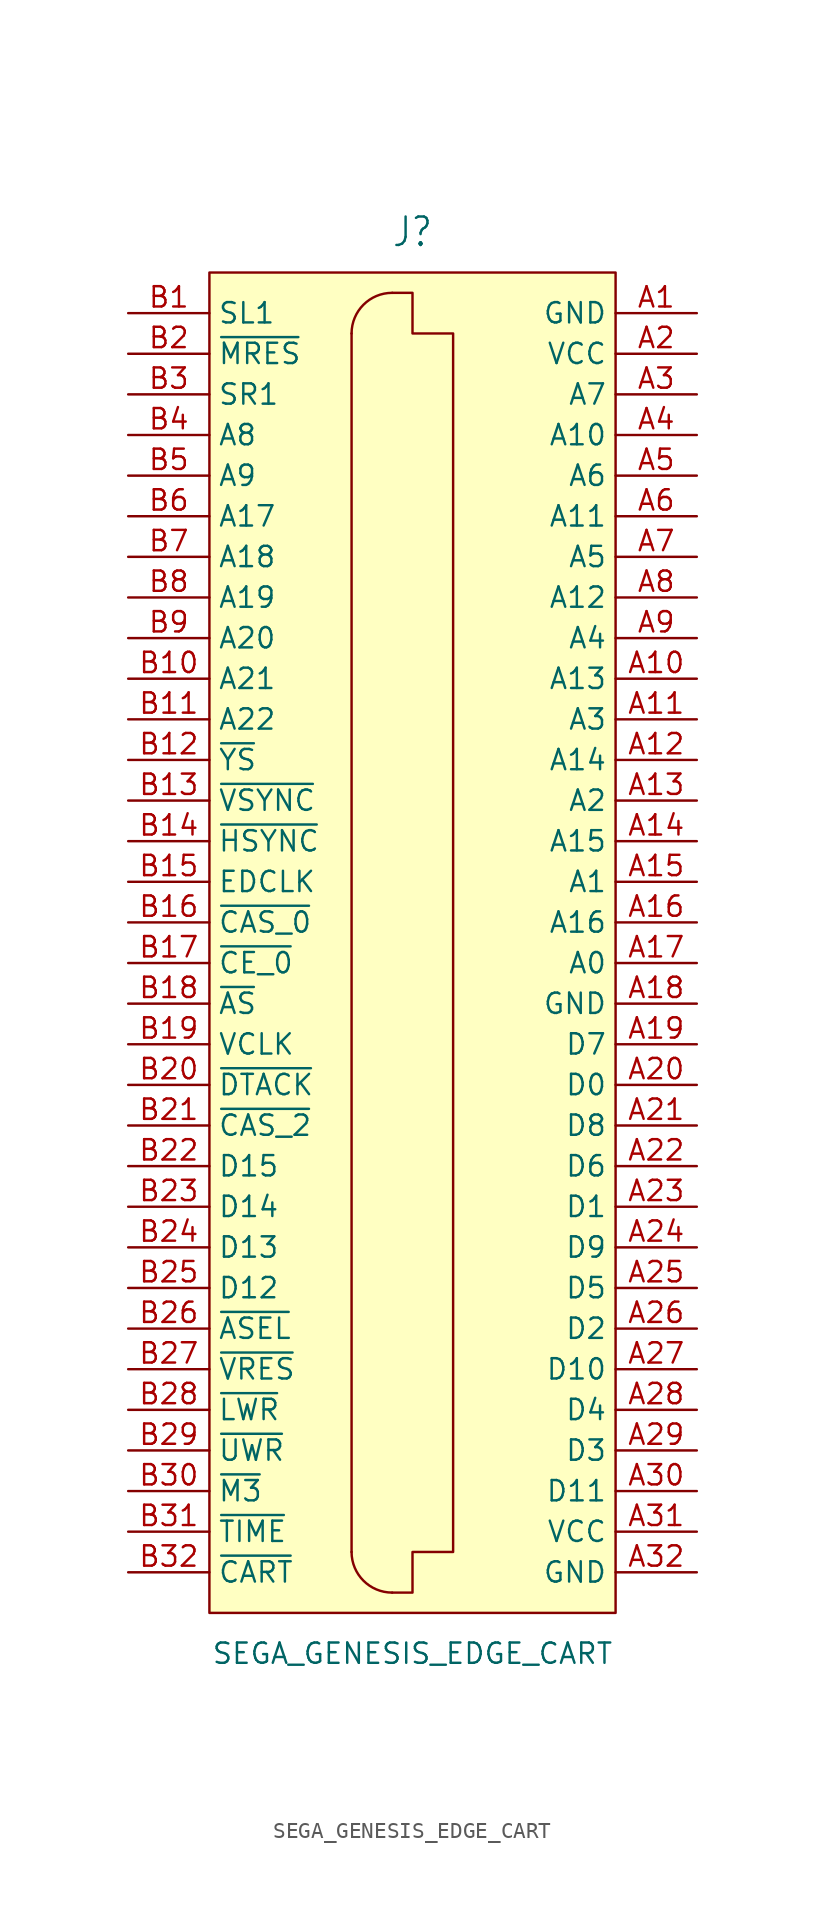
<source format=kicad_sym>
(kicad_symbol_lib
  (version 20241209)
  (generator "kicad_symbol_editor")
  (generator_version "9.0")
  (symbol "SEGA_GENESIS_EDGE_CART"
    (property "Reference" "J"
      (at 0 45.72 0)
      (effects (font (size 1.778 1.511))))
    (property "Value" "SEGA_GENESIS_EDGE_CART"
      (at 0 -43.18 0)
      (effects (font (size 1.27 1.27))))
    (symbol "SEGA_GENESIS_EDGE_CART_0_1"
      (polyline (pts (xy -3.81 39.37) (xy -3.81 -36.83)) (stroke (width 0) (type default)) (fill (type none)))
      (arc (start -3.81 39.37) (mid -3.0661 41.1661) (end -1.27 41.91) (stroke (width 0) (type default)) (fill (type none)))
      (arc (start -1.27 -39.37) (mid -3.0661 -38.6261) (end -3.81 -36.83) (stroke (width 0) (type default)) (fill (type none)))
      (polyline (pts (xy -1.27 -39.37) (xy 0 -39.37) (xy 0 -36.83) (xy 2.54 -36.83) (xy 2.54 39.37) (xy 0 39.37) (xy 0 41.91) (xy -1.27 41.91)) (stroke (width 0) (type default)) (fill (type none))))
    (symbol "SEGA_GENESIS_EDGE_CART_1_0"
      (pin input line (at -17.78 40.64 0) (length 5.08) (name "SL1" (effects (font (size 1.27 1.27)))) (number "B1" (effects (font (size 1.27 1.27)))))
      (pin output line (at -17.78 38.1 0) (length 5.08) (name "~{MRES}" (effects (font (size 1.27 1.27)))) (number "B2" (effects (font (size 1.27 1.27)))))
      (pin input line (at -17.78 35.56 0) (length 5.08) (name "SR1" (effects (font (size 1.27 1.27)))) (number "B3" (effects (font (size 1.27 1.27)))))
      (pin output line (at -17.78 33.02 0) (length 5.08) (name "A8" (effects (font (size 1.27 1.27)))) (number "B4" (effects (font (size 1.27 1.27)))))
      (pin output line (at -17.78 30.48 0) (length 5.08) (name "A9" (effects (font (size 1.27 1.27)))) (number "B5" (effects (font (size 1.27 1.27)))))
      (pin output line (at -17.78 27.94 0) (length 5.08) (name "A17" (effects (font (size 1.27 1.27)))) (number "B6" (effects (font (size 1.27 1.27)))))
      (pin output line (at -17.78 25.4 0) (length 5.08) (name "A18" (effects (font (size 1.27 1.27)))) (number "B7" (effects (font (size 1.27 1.27)))))
      (pin output line (at -17.78 22.86 0) (length 5.08) (name "A19" (effects (font (size 1.27 1.27)))) (number "B8" (effects (font (size 1.27 1.27)))))
      (pin output line (at -17.78 20.32 0) (length 5.08) (name "A20" (effects (font (size 1.27 1.27)))) (number "B9" (effects (font (size 1.27 1.27)))))
      (pin output line (at -17.78 17.78 0) (length 5.08) (name "A21" (effects (font (size 1.27 1.27)))) (number "B10" (effects (font (size 1.27 1.27)))))
      (pin output line (at -17.78 15.24 0) (length 5.08) (name "A22" (effects (font (size 1.27 1.27)))) (number "B11" (effects (font (size 1.27 1.27)))))
      (pin output line (at -17.78 12.7 0) (length 5.08) (name "~{YS}" (effects (font (size 1.27 1.27)))) (number "B12" (effects (font (size 1.27 1.27)))))
      (pin output line (at -17.78 10.16 0) (length 5.08) (name "~{VSYNC}" (effects (font (size 1.27 1.27)))) (number "B13" (effects (font (size 1.27 1.27)))))
      (pin output line (at -17.78 7.62 0) (length 5.08) (name "~{HSYNC}" (effects (font (size 1.27 1.27)))) (number "B14" (effects (font (size 1.27 1.27)))))
      (pin output line (at -17.78 5.08 0) (length 5.08) (name "EDCLK" (effects (font (size 1.27 1.27)))) (number "B15" (effects (font (size 1.27 1.27)))))
      (pin output line (at -17.78 2.54 0) (length 5.08) (name "~{CAS_0}" (effects (font (size 1.27 1.27)))) (number "B16" (effects (font (size 1.27 1.27)))))
      (pin output line (at -17.78 0 0) (length 5.08) (name "~{CE_0}" (effects (font (size 1.27 1.27)))) (number "B17" (effects (font (size 1.27 1.27)))))
      (pin output line (at -17.78 -2.54 0) (length 5.08) (name "~{AS}" (effects (font (size 1.27 1.27)))) (number "B18" (effects (font (size 1.27 1.27)))))
      (pin output line (at -17.78 -5.08 0) (length 5.08) (name "VCLK" (effects (font (size 1.27 1.27)))) (number "B19" (effects (font (size 1.27 1.27)))))
      (pin input line (at -17.78 -7.62 0) (length 5.08) (name "~{DTACK}" (effects (font (size 1.27 1.27)))) (number "B20" (effects (font (size 1.27 1.27)))))
      (pin output line (at -17.78 -10.16 0) (length 5.08) (name "~{CAS_2}" (effects (font (size 1.27 1.27)))) (number "B21" (effects (font (size 1.27 1.27)))))
      (pin bidirectional line (at -17.78 -12.7 0) (length 5.08) (name "D15" (effects (font (size 1.27 1.27)))) (number "B22" (effects (font (size 1.27 1.27)))))
      (pin bidirectional line (at -17.78 -15.24 0) (length 5.08) (name "D14" (effects (font (size 1.27 1.27)))) (number "B23" (effects (font (size 1.27 1.27)))))
      (pin bidirectional line (at -17.78 -17.78 0) (length 5.08) (name "D13" (effects (font (size 1.27 1.27)))) (number "B24" (effects (font (size 1.27 1.27)))))
      (pin bidirectional line (at -17.78 -20.32 0) (length 5.08) (name "D12" (effects (font (size 1.27 1.27)))) (number "B25" (effects (font (size 1.27 1.27)))))
      (pin output line (at -17.78 -22.86 0) (length 5.08) (name "~{ASEL}" (effects (font (size 1.27 1.27)))) (number "B26" (effects (font (size 1.27 1.27)))))
      (pin output line (at -17.78 -25.4 0) (length 5.08) (name "~{VRES}" (effects (font (size 1.27 1.27)))) (number "B27" (effects (font (size 1.27 1.27)))))
      (pin output line (at -17.78 -27.94 0) (length 5.08) (name "~{LWR}" (effects (font (size 1.27 1.27)))) (number "B28" (effects (font (size 1.27 1.27)))))
      (pin output line (at -17.78 -30.48 0) (length 5.08) (name "~{UWR}" (effects (font (size 1.27 1.27)))) (number "B29" (effects (font (size 1.27 1.27)))))
      (pin output line (at -17.78 -33.02 0) (length 5.08) (name "~{M3}" (effects (font (size 1.27 1.27)))) (number "B30" (effects (font (size 1.27 1.27)))))
      (pin output line (at -17.78 -35.56 0) (length 5.08) (name "~{TIME}" (effects (font (size 1.27 1.27)))) (number "B31" (effects (font (size 1.27 1.27)))))
      (pin input line (at -17.78 -38.1 0) (length 5.08) (name "~{CART}" (effects (font (size 1.27 1.27)))) (number "B32" (effects (font (size 1.27 1.27)))))
      (pin power_out line (at 17.78 40.64 180) (length 5.08) (name "GND" (effects (font (size 1.27 1.27)))) (number "A1" (effects (font (size 1.27 1.27)))))
      (pin power_out line (at 17.78 38.1 180) (length 5.08) (name "VCC" (effects (font (size 1.27 1.27)))) (number "A2" (effects (font (size 1.27 1.27)))))
      (pin output line (at 17.78 35.56 180) (length 5.08) (name "A7" (effects (font (size 1.27 1.27)))) (number "A3" (effects (font (size 1.27 1.27)))))
      (pin output line (at 17.78 33.02 180) (length 5.08) (name "A10" (effects (font (size 1.27 1.27)))) (number "A4" (effects (font (size 1.27 1.27)))))
      (pin output line (at 17.78 30.48 180) (length 5.08) (name "A6" (effects (font (size 1.27 1.27)))) (number "A5" (effects (font (size 1.27 1.27)))))
      (pin output line (at 17.78 27.94 180) (length 5.08) (name "A11" (effects (font (size 1.27 1.27)))) (number "A6" (effects (font (size 1.27 1.27)))))
      (pin output line (at 17.78 25.4 180) (length 5.08) (name "A5" (effects (font (size 1.27 1.27)))) (number "A7" (effects (font (size 1.27 1.27)))))
      (pin output line (at 17.78 22.86 180) (length 5.08) (name "A12" (effects (font (size 1.27 1.27)))) (number "A8" (effects (font (size 1.27 1.27)))))
      (pin output line (at 17.78 20.32 180) (length 5.08) (name "A4" (effects (font (size 1.27 1.27)))) (number "A9" (effects (font (size 1.27 1.27)))))
      (pin output line (at 17.78 17.78 180) (length 5.08) (name "A13" (effects (font (size 1.27 1.27)))) (number "A10" (effects (font (size 1.27 1.27)))))
      (pin output line (at 17.78 15.24 180) (length 5.08) (name "A3" (effects (font (size 1.27 1.27)))) (number "A11" (effects (font (size 1.27 1.27)))))
      (pin output line (at 17.78 12.7 180) (length 5.08) (name "A14" (effects (font (size 1.27 1.27)))) (number "A12" (effects (font (size 1.27 1.27)))))
      (pin output line (at 17.78 10.16 180) (length 5.08) (name "A2" (effects (font (size 1.27 1.27)))) (number "A13" (effects (font (size 1.27 1.27)))))
      (pin output line (at 17.78 7.62 180) (length 5.08) (name "A15" (effects (font (size 1.27 1.27)))) (number "A14" (effects (font (size 1.27 1.27)))))
      (pin output line (at 17.78 5.08 180) (length 5.08) (name "A1" (effects (font (size 1.27 1.27)))) (number "A15" (effects (font (size 1.27 1.27)))))
      (pin output line (at 17.78 2.54 180) (length 5.08) (name "A16" (effects (font (size 1.27 1.27)))) (number "A16" (effects (font (size 1.27 1.27)))))
      (pin output line (at 17.78 0 180) (length 5.08) (name "A0" (effects (font (size 1.27 1.27)))) (number "A17" (effects (font (size 1.27 1.27)))))
      (pin passive line (at 17.78 -2.54 180) (length 5.08) (name "GND" (effects (font (size 1.27 1.27)))) (number "A18" (effects (font (size 1.27 1.27)))))
      (pin bidirectional line (at 17.78 -5.08 180) (length 5.08) (name "D7" (effects (font (size 1.27 1.27)))) (number "A19" (effects (font (size 1.27 1.27)))))
      (pin bidirectional line (at 17.78 -7.62 180) (length 5.08) (name "D0" (effects (font (size 1.27 1.27)))) (number "A20" (effects (font (size 1.27 1.27)))))
      (pin bidirectional line (at 17.78 -10.16 180) (length 5.08) (name "D8" (effects (font (size 1.27 1.27)))) (number "A21" (effects (font (size 1.27 1.27)))))
      (pin bidirectional line (at 17.78 -12.7 180) (length 5.08) (name "D6" (effects (font (size 1.27 1.27)))) (number "A22" (effects (font (size 1.27 1.27)))))
      (pin bidirectional line (at 17.78 -15.24 180) (length 5.08) (name "D1" (effects (font (size 1.27 1.27)))) (number "A23" (effects (font (size 1.27 1.27)))))
      (pin bidirectional line (at 17.78 -17.78 180) (length 5.08) (name "D9" (effects (font (size 1.27 1.27)))) (number "A24" (effects (font (size 1.27 1.27)))))
      (pin bidirectional line (at 17.78 -20.32 180) (length 5.08) (name "D5" (effects (font (size 1.27 1.27)))) (number "A25" (effects (font (size 1.27 1.27)))))
      (pin bidirectional line (at 17.78 -22.86 180) (length 5.08) (name "D2" (effects (font (size 1.27 1.27)))) (number "A26" (effects (font (size 1.27 1.27)))))
      (pin bidirectional line (at 17.78 -25.4 180) (length 5.08) (name "D10" (effects (font (size 1.27 1.27)))) (number "A27" (effects (font (size 1.27 1.27)))))
      (pin bidirectional line (at 17.78 -27.94 180) (length 5.08) (name "D4" (effects (font (size 1.27 1.27)))) (number "A28" (effects (font (size 1.27 1.27)))))
      (pin bidirectional line (at 17.78 -30.48 180) (length 5.08) (name "D3" (effects (font (size 1.27 1.27)))) (number "A29" (effects (font (size 1.27 1.27)))))
      (pin bidirectional line (at 17.78 -33.02 180) (length 5.08) (name "D11" (effects (font (size 1.27 1.27)))) (number "A30" (effects (font (size 1.27 1.27)))))
      (pin passive line (at 17.78 -35.56 180) (length 5.08) (name "VCC" (effects (font (size 1.27 1.27)))) (number "A31" (effects (font (size 1.27 1.27)))))
      (pin passive line (at 17.78 -38.1 180) (length 5.08) (name "GND" (effects (font (size 1.27 1.27)))) (number "A32" (effects (font (size 1.27 1.27))))))
    (symbol "SEGA_GENESIS_EDGE_CART_1_1"
      (rectangle (start -12.7 -40.64) (end 12.7 43.18) (stroke (width 0) (type default)) (fill (type background))))))
</source>
